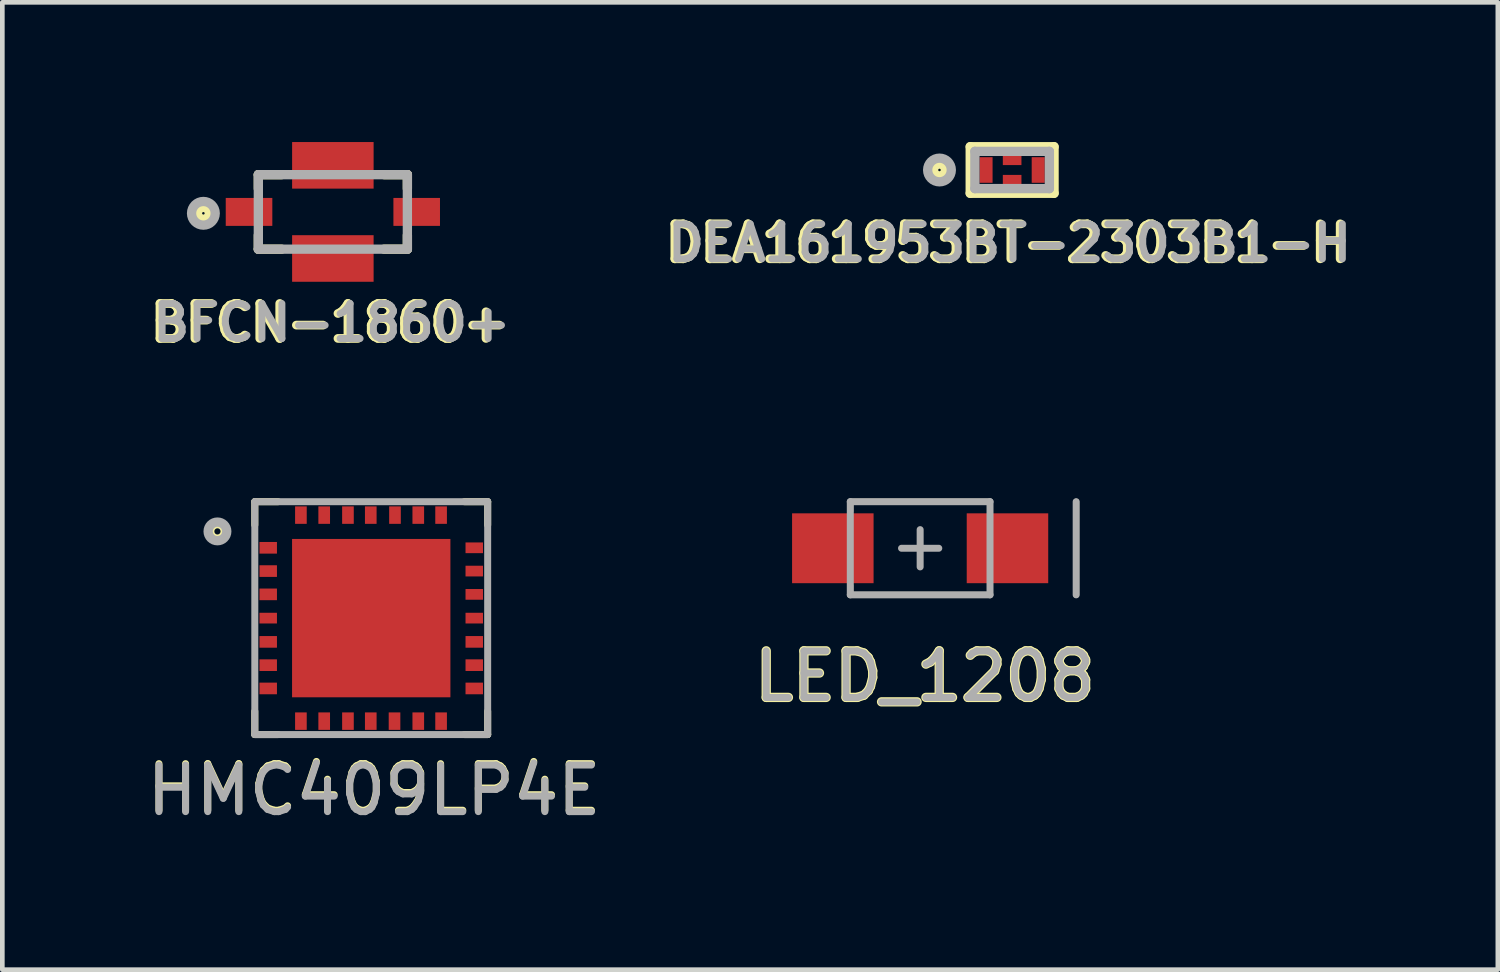
<source format=kicad_pcb>
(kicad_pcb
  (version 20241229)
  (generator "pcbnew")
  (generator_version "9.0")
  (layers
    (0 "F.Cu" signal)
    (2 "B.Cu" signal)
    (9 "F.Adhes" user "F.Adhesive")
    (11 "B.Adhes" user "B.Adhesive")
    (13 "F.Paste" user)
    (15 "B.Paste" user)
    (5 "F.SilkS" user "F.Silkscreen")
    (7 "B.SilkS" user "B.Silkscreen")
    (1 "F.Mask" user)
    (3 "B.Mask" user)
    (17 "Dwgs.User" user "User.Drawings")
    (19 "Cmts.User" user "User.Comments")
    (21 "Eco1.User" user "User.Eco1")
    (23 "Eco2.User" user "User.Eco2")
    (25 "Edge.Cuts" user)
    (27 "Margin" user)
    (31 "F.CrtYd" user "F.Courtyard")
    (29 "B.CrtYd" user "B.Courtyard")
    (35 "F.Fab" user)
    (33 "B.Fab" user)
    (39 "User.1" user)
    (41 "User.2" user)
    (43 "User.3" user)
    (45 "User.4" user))
  (footprint "BFCN-1860+"
    (layer "F.Cu")
    (at 4.097 1.5)
    (property "Reference" "BFCN-1860+" (at -0.069 2.379 0) (layer "F.SilkS") (effects (font (size 0.75 0.75) (thickness 0.188))))
    (attr through_hole)
    (fp_line (start -1.6 -0.8) (end -1.6 -0.5) (stroke (width 0.2) (type solid)) (layer "F.SilkS"))
    (fp_line (start -1.6 -0.8) (end -1.1 -0.8) (stroke (width 0.2) (type solid)) (layer "F.SilkS"))
    (fp_line (start -1.6 0.5) (end -1.6 0.8) (stroke (width 0.2) (type solid)) (layer "F.SilkS"))
    (fp_line (start -1.6 0.8) (end -1.1 0.8) (stroke (width 0.2) (type solid)) (layer "F.SilkS"))
    (fp_line (start 1.1 -0.8) (end 1.6 -0.8) (stroke (width 0.2) (type solid)) (layer "F.SilkS"))
    (fp_line (start 1.1 0.8) (end 1.6 0.8) (stroke (width 0.2) (type solid)) (layer "F.SilkS"))
    (fp_line (start 1.6 -0.8) (end 1.6 -0.5) (stroke (width 0.2) (type solid)) (layer "F.SilkS"))
    (fp_line (start 1.6 0.5) (end 1.6 0.8) (stroke (width 0.2) (type solid)) (layer "F.SilkS"))
    (fp_circle (center -2.78 0.03) (end -2.653 0.03) (stroke (width 0.2) (type solid)) (fill no) (layer "F.SilkS"))
    (fp_line (start -1.6 -0.8) (end -1.6 0.8) (stroke (width 0.2) (type solid)) (layer "F.Fab"))
    (fp_line (start -1.6 -0.8) (end 1.6 -0.8) (stroke (width 0.2) (type solid)) (layer "F.Fab"))
    (fp_line (start -1.6 0.8) (end 1.6 0.8) (stroke (width 0.2) (type solid)) (layer "F.Fab"))
    (fp_line (start 1.6 -0.8) (end 1.6 0.8) (stroke (width 0.2) (type solid)) (layer "F.Fab"))
    (fp_circle (center -2.78 0.03) (end -3.034 0.03) (stroke (width 0.2) (type solid)) (fill no) (layer "F.Fab"))
    (fp_text user "${REFERENCE}" (at -0.023 2.379 0) (layer "F.Fab") (effects (font (size 0.75 0.75) (thickness 0.15))))
    (pad "1" smd rect (at -1.8 0) (size 1 0.6) (layers "F.Cu" "F.Mask" "F.Paste"))
    (pad "2" smd rect (at 0 1) (size 1.75 1) (layers "F.Cu" "F.Mask" "F.Paste"))
    (pad "3" smd rect (at 1.8 0) (size 1 0.6) (layers "F.Cu" "F.Mask" "F.Paste"))
    (pad "4" smd rect (at 0 -1) (size 1.75 1) (layers "F.Cu" "F.Mask" "F.Paste")))
  (footprint "HMC409LP4E"
    (layer "F.Cu")
    (at 4.921 10.222)
    (property "Reference" "HMC409LP4E" (at 0.061 3.67 0) (layer "F.SilkS") (effects (font (size 1 1) (thickness 0.15))))
    (attr smd)
    (fp_line (start -2.5 -2.5) (end -2 -2.5) (stroke (width 0.15) (type solid)) (layer "F.SilkS"))
    (fp_line (start -2.5 -2) (end -2.5 -2.5) (stroke (width 0.15) (type solid)) (layer "F.SilkS"))
    (fp_line (start -2.5 2.5) (end -2.5 2) (stroke (width 0.15) (type solid)) (layer "F.SilkS"))
    (fp_line (start -2.5 2.5) (end -2 2.5) (stroke (width 0.15) (type solid)) (layer "F.SilkS"))
    (fp_line (start 2 -2.5) (end 2.5 -2.5) (stroke (width 0.15) (type solid)) (layer "F.SilkS"))
    (fp_line (start 2 2.5) (end 2.5 2.5) (stroke (width 0.15) (type solid)) (layer "F.SilkS"))
    (fp_line (start 2.5 -2) (end 2.5 -2.5) (stroke (width 0.15) (type solid)) (layer "F.SilkS"))
    (fp_line (start 2.5 2.5) (end 2.5 2) (stroke (width 0.15) (type solid)) (layer "F.SilkS"))
    (fp_circle (center -3.302 -1.862) (end -3.402 -1.962) (stroke (width 0.15) (type solid)) (fill no) (layer "F.SilkS"))
    (fp_line (start -2.5 -2.5) (end -2.5 2.5) (stroke (width 0.15) (type solid)) (layer "F.Fab"))
    (fp_line (start -2.5 2.5) (end 2.5 2.5) (stroke (width 0.15) (type solid)) (layer "F.Fab"))
    (fp_line (start 2.5 -2.5) (end -2.5 -2.5) (stroke (width 0.15) (type solid)) (layer "F.Fab"))
    (fp_line (start 2.5 -2.5) (end 2.5 2.5) (stroke (width 0.15) (type solid)) (layer "F.Fab"))
    (fp_circle (center -3.302 -1.862) (end -3.302 -2.062) (stroke (width 0.2) (type solid)) (fill no) (layer "F.Fab"))
    (fp_text user "${REFERENCE}" (at 0.061 3.7 0) (layer "F.Fab") (effects (font (size 1 1) (thickness 0.15))))
    (pad "1" smd rect (at -2.212 -1.51) (size 0.375 0.25) (layers "F.Cu" "F.Mask" "B.Paste"))
    (pad "2" smd rect (at -2.212 -1.01) (size 0.375 0.25) (layers "F.Cu" "F.Mask" "B.Paste"))
    (pad "3" smd rect (at -2.212 -0.51) (size 0.375 0.25) (layers "F.Cu" "F.Mask" "B.Paste"))
    (pad "4" smd rect (at -2.212 0) (size 0.375 0.23) (layers "F.Cu" "F.Mask" "B.Paste"))
    (pad "5" smd rect (at -2.212 0.51) (size 0.375 0.25) (layers "F.Cu" "F.Mask" "B.Paste"))
    (pad "6" smd rect (at -2.212 1.01) (size 0.375 0.25) (layers "F.Cu" "F.Mask" "B.Paste"))
    (pad "7" smd rect (at -2.212 1.51) (size 0.375 0.25) (layers "F.Cu" "F.Mask" "B.Paste"))
    (pad "8" smd rect (at -1.51 2.212) (size 0.25 0.375) (layers "F.Cu" "F.Mask" "B.Paste"))
    (pad "9" smd rect (at -1.01 2.212) (size 0.25 0.375) (layers "F.Cu" "F.Mask" "B.Paste"))
    (pad "10" smd rect (at -0.5 2.212) (size 0.25 0.375) (layers "F.Cu" "F.Mask" "B.Paste"))
    (pad "11" smd rect (at -0.01 2.212) (size 0.25 0.375) (layers "F.Cu" "F.Mask" "B.Paste"))
    (pad "12" smd rect (at 0.5 2.212) (size 0.25 0.375) (layers "F.Cu" "F.Mask" "B.Paste"))
    (pad "13" smd rect (at 1.01 2.212) (size 0.25 0.375) (layers "F.Cu" "F.Mask" "B.Paste"))
    (pad "14" smd rect (at 1.5 2.212) (size 0.25 0.375) (layers "F.Cu" "F.Mask" "B.Paste"))
    (pad "15" smd rect (at 2.212 1.51) (size 0.375 0.25) (layers "F.Cu" "F.Mask" "B.Paste"))
    (pad "16" smd rect (at 2.212 1.01) (size 0.375 0.25) (layers "F.Cu" "F.Mask" "B.Paste"))
    (pad "17" smd rect (at 2.212 0.51) (size 0.375 0.25) (layers "F.Cu" "F.Mask" "B.Paste"))
    (pad "18" smd rect (at 2.212 0) (size 0.375 0.23) (layers "F.Cu" "F.Mask" "B.Paste"))
    (pad "19" smd rect (at 2.212 -0.51) (size 0.375 0.23) (layers "F.Cu" "F.Mask" "B.Paste"))
    (pad "20" smd rect (at 2.212 -1.01) (size 0.375 0.23) (layers "F.Cu" "F.Mask" "B.Paste"))
    (pad "21" smd rect (at 2.212 -1.51) (size 0.375 0.23) (layers "F.Cu" "F.Mask" "B.Paste"))
    (pad "22" smd rect (at 1.5 -2.212) (size 0.25 0.375) (layers "F.Cu" "F.Mask" "B.Paste"))
    (pad "23" smd rect (at 1.01 -2.212) (size 0.25 0.375) (layers "F.Cu" "F.Mask" "B.Paste"))
    (pad "24" smd rect (at 0.51 -2.212) (size 0.25 0.375) (layers "F.Cu" "F.Mask" "B.Paste"))
    (pad "25" smd rect (at -0.01 -2.212) (size 0.25 0.375) (layers "F.Cu" "F.Mask" "B.Paste"))
    (pad "26" smd rect (at -0.5 -2.212) (size 0.25 0.375) (layers "F.Cu" "F.Mask" "B.Paste"))
    (pad "27" smd rect (at -1.01 -2.212) (size 0.25 0.375) (layers "F.Cu" "F.Mask" "B.Paste"))
    (pad "28" smd rect (at -1.51 -2.212) (size 0.25 0.375) (layers "F.Cu" "F.Mask" "B.Paste"))
    (pad "29" smd rect (at 0 0) (size 3.4 3.4) (layers "F.Cu" "F.Mask" "F.Paste")))
  (footprint "LED_1208"
    (layer "F.Cu")
    (at 16.707 8.722)
    (property "Reference" "LED_1208" (at 0.1 2.75 0) (layer "F.SilkS") (effects (font (size 1 1) (thickness 0.2))))
    (attr smd)
    (fp_line (start -1.5 -1) (end -1.5 -0.8) (stroke (width 0.127) (type solid)) (layer "F.SilkS"))
    (fp_line (start -1.5 -1) (end 1.5 -1) (stroke (width 0.127) (type solid)) (layer "F.SilkS"))
    (fp_line (start -1.5 0.8) (end -1.5 1) (stroke (width 0.127) (type solid)) (layer "F.SilkS"))
    (fp_line (start -1.5 1) (end 1.5 1) (stroke (width 0.127) (type solid)) (layer "F.SilkS"))
    (fp_line (start 1.5 -1) (end 1.5 -0.8) (stroke (width 0.127) (type solid)) (layer "F.SilkS"))
    (fp_line (start 1.5 0.8) (end 1.5 1) (stroke (width 0.127) (type solid)) (layer "F.SilkS"))
    (fp_line (start 3.35 -1) (end 3.35 1) (stroke (width 0.127) (type solid)) (layer "F.SilkS"))
    (fp_line (start -1.5 -1) (end 1.5 -1) (stroke (width 0.15) (type solid)) (layer "F.Fab"))
    (fp_line (start -1.5 1) (end -1.5 -1) (stroke (width 0.15) (type solid)) (layer "F.Fab"))
    (fp_line (start -0.4 0) (end 0.4 0) (stroke (width 0.15) (type solid)) (layer "F.Fab"))
    (fp_line (start 0 -0.4) (end 0 0.4) (stroke (width 0.15) (type solid)) (layer "F.Fab"))
    (fp_line (start 1.5 1) (end -1.5 1) (stroke (width 0.15) (type solid)) (layer "F.Fab"))
    (fp_line (start 1.5 1) (end 1.5 -1) (stroke (width 0.15) (type solid)) (layer "F.Fab"))
    (fp_line (start 3.35 -1) (end 3.35 1) (stroke (width 0.15) (type solid)) (layer "F.Fab"))
    (fp_text user "${REFERENCE}" (at 0.1 2.75 0) (layer "F.Fab") (effects (font (size 1 1) (thickness 0.15))))
    (pad "1" smd rect (at -1.875 0) (size 1.75 1.5) (layers "F.Cu" "F.Mask" "F.Paste"))
    (pad "2" smd rect (at 1.875 0) (size 1.75 1.5) (layers "F.Cu" "F.Mask" "F.Paste")))
  (footprint "DEA161953BT-2303B1-H"
    (layer "F.Cu")
    (at 18.682 0.6)
    (property "Reference" "DEA161953BT-2303B1-H" (at -0.099 1.569 0) (layer "F.SilkS") (effects (font (size 0.75 0.75) (thickness 0.188))))
    (attr through_hole)
    (fp_line (start -0.9 -0.5) (end -0.9 0.5) (stroke (width 0.2) (type solid)) (layer "F.SilkS"))
    (fp_line (start -0.9 -0.5) (end 0.9 -0.5) (stroke (width 0.2) (type solid)) (layer "F.SilkS"))
    (fp_line (start -0.9 0.5) (end 0.9 0.5) (stroke (width 0.2) (type solid)) (layer "F.SilkS"))
    (fp_line (start 0.9 -0.5) (end 0.9 0.5) (stroke (width 0.2) (type solid)) (layer "F.SilkS"))
    (fp_circle (center -1.56 0) (end -1.433 0) (stroke (width 0.2) (type solid)) (fill no) (layer "F.SilkS"))
    (fp_line (start -0.8 -0.4) (end -0.8 0.4) (stroke (width 0.2) (type solid)) (layer "F.Fab"))
    (fp_line (start -0.8 -0.4) (end 0.8 -0.4) (stroke (width 0.2) (type solid)) (layer "F.Fab"))
    (fp_line (start -0.8 0.4) (end 0.8 0.4) (stroke (width 0.2) (type solid)) (layer "F.Fab"))
    (fp_line (start 0.8 -0.4) (end 0.8 0.4) (stroke (width 0.2) (type solid)) (layer "F.Fab"))
    (fp_circle (center -1.56 0) (end -1.814 0) (stroke (width 0.2) (type solid)) (fill no) (layer "F.Fab"))
    (fp_text user "${REFERENCE}" (at -0.053 1.569 0) (layer "F.Fab") (effects (font (size 0.75 0.75) (thickness 0.15))))
    (pad "1" smd rect (at -0.56 0) (size 0.28 0.55) (layers "F.Cu" "F.Mask" "F.Paste"))
    (pad "2" smd rect (at 0 0.203) (size 0.4 0.195) (layers "F.Cu" "F.Mask" "F.Paste"))
    (pad "3" smd rect (at 0.56 0) (size 0.28 0.55) (layers "F.Cu" "F.Mask" "F.Paste"))
    (pad "4" smd rect (at 0 -0.203) (size 0.4 0.195) (layers "F.Cu" "F.Mask" "F.Paste")))
  (gr_rect
    (start -3 -3)
    (end 29.111 17.77)
    (stroke (width 0.1) (type default))
    (fill no)
    (layer "Edge.Cuts")))
</source>
